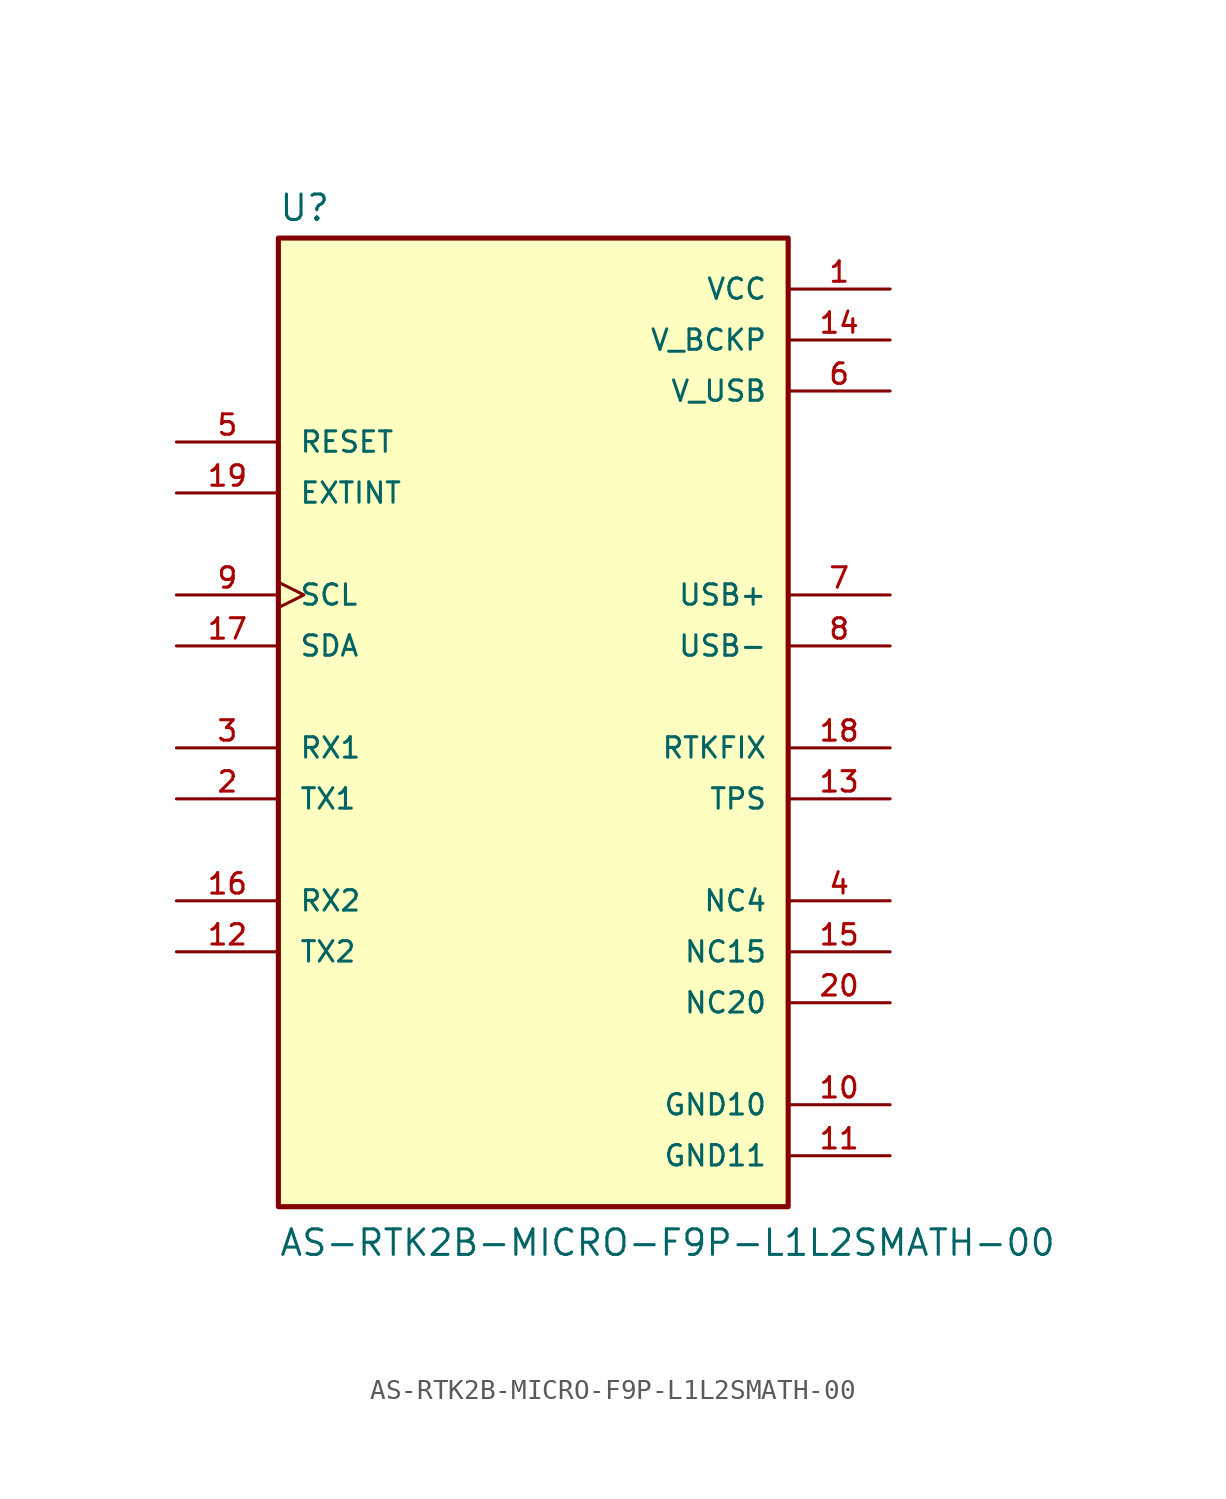
<source format=kicad_sym>
(kicad_symbol_lib
  (version 20211014)
  (generator kicad_symbol_editor)
  (symbol "AS-RTK2B-MICRO-F9P-L1L2SMATH-00"
    (pin_names
      (offset 1.016))
    (property "Reference" "U"
      (at -12.7 23.622 0)
      (effects (font (size 1.27 1.27)) (justify bottom left)))
    (property "Value" "AS-RTK2B-MICRO-F9P-L1L2SMATH-00"
      (at -12.7 -27.94 0)
      (effects (font (size 1.27 1.27)) (justify bottom left)))
    (symbol "AS-RTK2B-MICRO-F9P-L1L2SMATH-00_0_0"
      (rectangle (start -12.7 -25.4) (end 12.7 22.86) (stroke (width 0.254)) (fill (type background)))
      (pin power_in line (at 17.78 20.32 180.0) (length 5.08) (name "VCC" (effects (font (size 1.016 1.016)))) (number "1" (effects (font (size 1.016 1.016)))))
      (pin output line (at -17.78 -5.08 0) (length 5.08) (name "TX1" (effects (font (size 1.016 1.016)))) (number "2" (effects (font (size 1.016 1.016)))))
      (pin input line (at -17.78 -2.54 0) (length 5.08) (name "RX1" (effects (font (size 1.016 1.016)))) (number "3" (effects (font (size 1.016 1.016)))))
      (pin input line (at -17.78 12.7 0) (length 5.08) (name "RESET" (effects (font (size 1.016 1.016)))) (number "5" (effects (font (size 1.016 1.016)))))
      (pin power_in line (at 17.78 15.24 180.0) (length 5.08) (name "V_USB" (effects (font (size 1.016 1.016)))) (number "6" (effects (font (size 1.016 1.016)))))
      (pin bidirectional line (at 17.78 5.08 180.0) (length 5.08) (name "USB+" (effects (font (size 1.016 1.016)))) (number "7" (effects (font (size 1.016 1.016)))))
      (pin bidirectional line (at 17.78 2.54 180.0) (length 5.08) (name "USB-" (effects (font (size 1.016 1.016)))) (number "8" (effects (font (size 1.016 1.016)))))
      (pin input clock (at -17.78 5.08 0) (length 5.08) (name "SCL" (effects (font (size 1.016 1.016)))) (number "9" (effects (font (size 1.016 1.016)))))
      (pin power_in line (at 17.78 -20.32 180.0) (length 5.08) (name "GND10" (effects (font (size 1.016 1.016)))) (number "10" (effects (font (size 1.016 1.016)))))
      (pin power_in line (at 17.78 -22.86 180.0) (length 5.08) (name "GND11" (effects (font (size 1.016 1.016)))) (number "11" (effects (font (size 1.016 1.016)))))
      (pin output line (at -17.78 -12.7 0) (length 5.08) (name "TX2" (effects (font (size 1.016 1.016)))) (number "12" (effects (font (size 1.016 1.016)))))
      (pin output line (at 17.78 -5.08 180.0) (length 5.08) (name "TPS" (effects (font (size 1.016 1.016)))) (number "13" (effects (font (size 1.016 1.016)))))
      (pin power_in line (at 17.78 17.78 180.0) (length 5.08) (name "V_BCKP" (effects (font (size 1.016 1.016)))) (number "14" (effects (font (size 1.016 1.016)))))
      (pin input line (at -17.78 -10.16 0) (length 5.08) (name "RX2" (effects (font (size 1.016 1.016)))) (number "16" (effects (font (size 1.016 1.016)))))
      (pin bidirectional line (at -17.78 2.54 0) (length 5.08) (name "SDA" (effects (font (size 1.016 1.016)))) (number "17" (effects (font (size 1.016 1.016)))))
      (pin output line (at 17.78 -2.54 180.0) (length 5.08) (name "RTKFIX" (effects (font (size 1.016 1.016)))) (number "18" (effects (font (size 1.016 1.016)))))
      (pin input line (at -17.78 10.16 0) (length 5.08) (name "EXTINT" (effects (font (size 1.016 1.016)))) (number "19" (effects (font (size 1.016 1.016)))))
      (pin passive line (at 17.78 -10.16 180.0) (length 5.08) (name "NC4" (effects (font (size 1.016 1.016)))) (number "4" (effects (font (size 1.016 1.016)))))
      (pin passive line (at 17.78 -12.7 180.0) (length 5.08) (name "NC15" (effects (font (size 1.016 1.016)))) (number "15" (effects (font (size 1.016 1.016)))))
      (pin passive line (at 17.78 -15.24 180.0) (length 5.08) (name "NC20" (effects (font (size 1.016 1.016)))) (number "20" (effects (font (size 1.016 1.016))))))))
</source>
